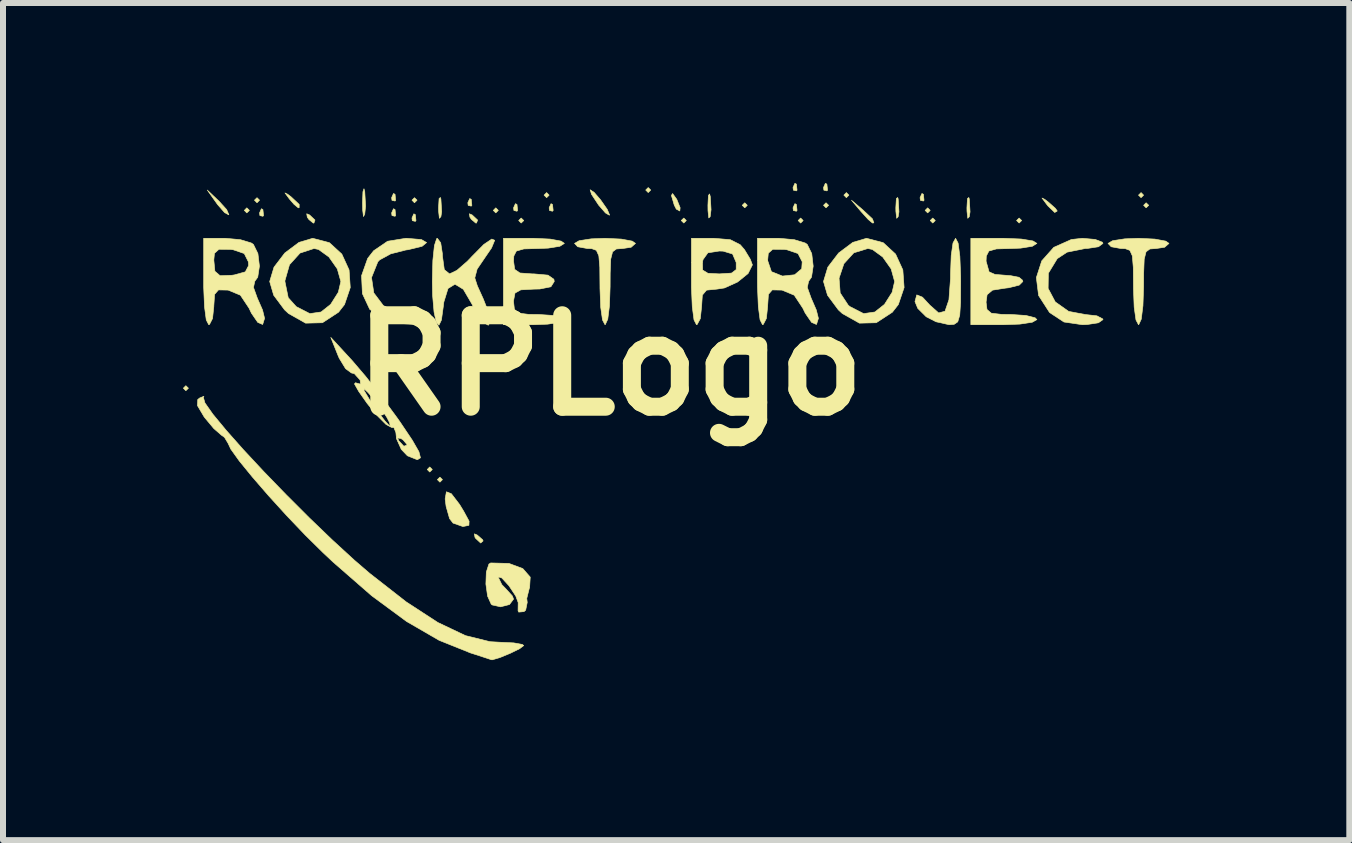
<source format=kicad_pcb>
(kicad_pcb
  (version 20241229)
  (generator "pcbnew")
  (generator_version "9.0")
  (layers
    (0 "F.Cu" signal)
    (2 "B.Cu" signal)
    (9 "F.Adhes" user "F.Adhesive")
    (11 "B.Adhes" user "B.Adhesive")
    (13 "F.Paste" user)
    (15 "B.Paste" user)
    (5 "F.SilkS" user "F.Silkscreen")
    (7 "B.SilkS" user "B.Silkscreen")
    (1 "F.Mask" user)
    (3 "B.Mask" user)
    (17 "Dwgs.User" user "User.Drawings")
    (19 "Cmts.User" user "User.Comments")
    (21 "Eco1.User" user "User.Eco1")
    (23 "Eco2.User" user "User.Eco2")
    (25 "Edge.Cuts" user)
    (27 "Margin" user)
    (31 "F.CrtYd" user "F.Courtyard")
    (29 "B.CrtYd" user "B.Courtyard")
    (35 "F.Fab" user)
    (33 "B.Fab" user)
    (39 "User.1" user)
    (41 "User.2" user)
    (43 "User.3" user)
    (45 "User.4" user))
  (footprint "RPLogo"
    (layer "F.Cu")
    (at 7.117 3.038)
    (property "Reference" "RPLogo" (at 0 0 0) (layer "F.SilkS") (effects (font (size 1.524 1.524) (thickness 0.3))))
    (attr through_hole)
    (fp_poly (pts (xy -7.027 0.381) (xy -7.07 0.423) (xy -7.112 0.381) (xy -7.07 0.339) (xy -7.027 0.381)) (stroke (width 0.01) (type solid)) (fill yes) (layer "F.SilkS"))
    (fp_poly (pts (xy -6.011 -2.582) (xy -6.054 -2.54) (xy -6.096 -2.582) (xy -6.054 -2.625) (xy -6.011 -2.582)) (stroke (width 0.01) (type solid)) (fill yes) (layer "F.SilkS"))
    (fp_poly (pts (xy -5.842 -2.752) (xy -5.884 -2.709) (xy -5.927 -2.752) (xy -5.884 -2.794) (xy -5.842 -2.752)) (stroke (width 0.01) (type solid)) (fill yes) (layer "F.SilkS"))
    (fp_poly (pts (xy -3.217 -2.752) (xy -3.26 -2.709) (xy -3.302 -2.752) (xy -3.26 -2.794) (xy -3.217 -2.752)) (stroke (width 0.01) (type solid)) (fill yes) (layer "F.SilkS"))
    (fp_poly (pts (xy -2.963 1.736) (xy -3.006 1.778) (xy -3.048 1.736) (xy -3.006 1.693) (xy -2.963 1.736)) (stroke (width 0.01) (type solid)) (fill yes) (layer "F.SilkS"))
    (fp_poly (pts (xy -2.794 1.905) (xy -2.836 1.947) (xy -2.879 1.905) (xy -2.836 1.863) (xy -2.794 1.905)) (stroke (width 0.01) (type solid)) (fill yes) (layer "F.SilkS"))
    (fp_poly (pts (xy -1.863 -2.582) (xy -1.905 -2.54) (xy -1.947 -2.582) (xy -1.905 -2.625) (xy -1.863 -2.582)) (stroke (width 0.01) (type solid)) (fill yes) (layer "F.SilkS"))
    (fp_poly (pts (xy -1.439 -2.413) (xy -1.482 -2.371) (xy -1.524 -2.413) (xy -1.482 -2.455) (xy -1.439 -2.413)) (stroke (width 0.01) (type solid)) (fill yes) (layer "F.SilkS"))
    (fp_poly (pts (xy -1.016 -2.836) (xy -1.058 -2.794) (xy -1.101 -2.836) (xy -1.058 -2.879) (xy -1.016 -2.836)) (stroke (width 0.01) (type solid)) (fill yes) (layer "F.SilkS"))
    (fp_poly (pts (xy 0.677 -2.921) (xy 0.635 -2.879) (xy 0.593 -2.921) (xy 0.635 -2.963) (xy 0.677 -2.921)) (stroke (width 0.01) (type solid)) (fill yes) (layer "F.SilkS"))
    (fp_poly (pts (xy 1.27 -2.413) (xy 1.228 -2.371) (xy 1.185 -2.413) (xy 1.228 -2.455) (xy 1.27 -2.413)) (stroke (width 0.01) (type solid)) (fill yes) (layer "F.SilkS"))
    (fp_poly (pts (xy 2.286 -2.667) (xy 2.244 -2.625) (xy 2.201 -2.667) (xy 2.244 -2.709) (xy 2.286 -2.667)) (stroke (width 0.01) (type solid)) (fill yes) (layer "F.SilkS"))
    (fp_poly (pts (xy 3.217 -2.413) (xy 3.175 -2.371) (xy 3.133 -2.413) (xy 3.175 -2.455) (xy 3.217 -2.413)) (stroke (width 0.01) (type solid)) (fill yes) (layer "F.SilkS"))
    (fp_poly (pts (xy 3.641 -2.667) (xy 3.598 -2.625) (xy 3.556 -2.667) (xy 3.598 -2.709) (xy 3.641 -2.667)) (stroke (width 0.01) (type solid)) (fill yes) (layer "F.SilkS"))
    (fp_poly (pts (xy 3.979 -2.836) (xy 3.937 -2.794) (xy 3.895 -2.836) (xy 3.937 -2.879) (xy 3.979 -2.836)) (stroke (width 0.01) (type solid)) (fill yes) (layer "F.SilkS"))
    (fp_poly (pts (xy 5.334 -2.582) (xy 5.292 -2.54) (xy 5.249 -2.582) (xy 5.292 -2.625) (xy 5.334 -2.582)) (stroke (width 0.01) (type solid)) (fill yes) (layer "F.SilkS"))
    (fp_poly (pts (xy 5.419 -2.413) (xy 5.376 -2.371) (xy 5.334 -2.413) (xy 5.376 -2.455) (xy 5.419 -2.413)) (stroke (width 0.01) (type solid)) (fill yes) (layer "F.SilkS"))
    (fp_poly (pts (xy 6.858 -2.413) (xy 6.816 -2.371) (xy 6.773 -2.413) (xy 6.816 -2.455) (xy 6.858 -2.413)) (stroke (width 0.01) (type solid)) (fill yes) (layer "F.SilkS"))
    (fp_poly (pts (xy 8.89 -2.836) (xy 8.848 -2.794) (xy 8.805 -2.836) (xy 8.848 -2.879) (xy 8.89 -2.836)) (stroke (width 0.01) (type solid)) (fill yes) (layer "F.SilkS"))
    (fp_poly (pts (xy 8.975 -2.667) (xy 8.932 -2.625) (xy 8.89 -2.667) (xy 8.932 -2.709) (xy 8.975 -2.667)) (stroke (width 0.01) (type solid)) (fill yes) (layer "F.SilkS"))
    (fp_poly (pts (xy -5.786 -2.596) (xy -5.775 -2.496) (xy -5.786 -2.484) (xy -5.836 -2.495) (xy -5.842 -2.54) (xy -5.811 -2.61) (xy -5.786 -2.596)) (stroke (width 0.01) (type solid)) (fill yes) (layer "F.SilkS"))
    (fp_poly (pts (xy -3.584 -2.85) (xy -3.574 -2.75) (xy -3.584 -2.738) (xy -3.635 -2.749) (xy -3.641 -2.794) (xy -3.61 -2.864) (xy -3.584 -2.85)) (stroke (width 0.01) (type solid)) (fill yes) (layer "F.SilkS"))
    (fp_poly (pts (xy -3.584 -2.596) (xy -3.574 -2.496) (xy -3.584 -2.484) (xy -3.635 -2.495) (xy -3.641 -2.54) (xy -3.61 -2.61) (xy -3.584 -2.596)) (stroke (width 0.01) (type solid)) (fill yes) (layer "F.SilkS"))
    (fp_poly (pts (xy -3.246 -2.512) (xy -3.235 -2.411) (xy -3.246 -2.399) (xy -3.296 -2.411) (xy -3.302 -2.455) (xy -3.271 -2.525) (xy -3.246 -2.512)) (stroke (width 0.01) (type solid)) (fill yes) (layer "F.SilkS"))
    (fp_poly (pts (xy -2.314 -2.766) (xy -2.304 -2.665) (xy -2.314 -2.653) (xy -2.365 -2.665) (xy -2.371 -2.709) (xy -2.34 -2.779) (xy -2.314 -2.766)) (stroke (width 0.01) (type solid)) (fill yes) (layer "F.SilkS"))
    (fp_poly (pts (xy -1.552 -2.681) (xy -1.542 -2.581) (xy -1.552 -2.568) (xy -1.603 -2.58) (xy -1.609 -2.625) (xy -1.578 -2.694) (xy -1.552 -2.681)) (stroke (width 0.01) (type solid)) (fill yes) (layer "F.SilkS"))
    (fp_poly (pts (xy -0.96 -2.681) (xy -0.949 -2.581) (xy -0.96 -2.568) (xy -1.01 -2.58) (xy -1.016 -2.625) (xy -0.985 -2.694) (xy -0.96 -2.681)) (stroke (width 0.01) (type solid)) (fill yes) (layer "F.SilkS"))
    (fp_poly (pts (xy 3.104 -3.02) (xy 3.115 -2.919) (xy 3.104 -2.907) (xy 3.054 -2.919) (xy 3.048 -2.963) (xy 3.079 -3.033) (xy 3.104 -3.02)) (stroke (width 0.01) (type solid)) (fill yes) (layer "F.SilkS"))
    (fp_poly (pts (xy 3.104 -2.681) (xy 3.115 -2.581) (xy 3.104 -2.568) (xy 3.054 -2.58) (xy 3.048 -2.625) (xy 3.079 -2.694) (xy 3.104 -2.681)) (stroke (width 0.01) (type solid)) (fill yes) (layer "F.SilkS"))
    (fp_poly (pts (xy 3.612 -3.02) (xy 3.623 -2.919) (xy 3.612 -2.907) (xy 3.562 -2.919) (xy 3.556 -2.963) (xy 3.587 -3.033) (xy 3.612 -3.02)) (stroke (width 0.01) (type solid)) (fill yes) (layer "F.SilkS"))
    (fp_poly (pts (xy 5.221 -2.85) (xy 5.231 -2.75) (xy 5.221 -2.738) (xy 5.171 -2.749) (xy 5.165 -2.794) (xy 5.196 -2.864) (xy 5.221 -2.85)) (stroke (width 0.01) (type solid)) (fill yes) (layer "F.SilkS"))
    (fp_poly (pts (xy -5.008 -2.506) (xy -4.918 -2.421) (xy -4.936 -2.371) (xy -4.948 -2.371) (xy -5.02 -2.431) (xy -5.046 -2.468) (xy -5.056 -2.526) (xy -5.008 -2.506)) (stroke (width 0.01) (type solid)) (fill yes) (layer "F.SilkS"))
    (fp_poly (pts (xy -2.299 -2.506) (xy -2.208 -2.421) (xy -2.227 -2.371) (xy -2.239 -2.371) (xy -2.31 -2.431) (xy -2.336 -2.468) (xy -2.346 -2.526) (xy -2.299 -2.506)) (stroke (width 0.01) (type solid)) (fill yes) (layer "F.SilkS"))
    (fp_poly (pts (xy -2.214 2.828) (xy -2.124 2.907) (xy -2.117 2.926) (xy -2.157 2.961) (xy -2.241 2.883) (xy -2.252 2.866) (xy -2.262 2.808) (xy -2.214 2.828)) (stroke (width 0.01) (type solid)) (fill yes) (layer "F.SilkS"))
    (fp_poly (pts (xy 1.111 -2.766) (xy 1.167 -2.626) (xy 1.161 -2.572) (xy 1.103 -2.603) (xy 1.069 -2.67) (xy 1.021 -2.831) (xy 1.041 -2.863) (xy 1.111 -2.766)) (stroke (width 0.01) (type solid)) (fill yes) (layer "F.SilkS"))
    (fp_poly (pts (xy 4.212 -2.59) (xy 4.372 -2.44) (xy 4.395 -2.375) (xy 4.373 -2.371) (xy 4.304 -2.428) (xy 4.183 -2.561) (xy 4.022 -2.752) (xy 4.212 -2.59)) (stroke (width 0.01) (type solid)) (fill yes) (layer "F.SilkS"))
    (fp_poly (pts (xy -6.515 -2.733) (xy -6.39 -2.595) (xy -6.353 -2.511) (xy -6.355 -2.508) (xy -6.423 -2.544) (xy -6.54 -2.678) (xy -6.553 -2.696) (xy -6.713 -2.921) (xy -6.515 -2.733)) (stroke (width 0.01) (type solid)) (fill yes) (layer "F.SilkS"))
    (fp_poly (pts (xy -5.374 -2.852) (xy -5.313 -2.805) (xy -5.181 -2.681) (xy -5.182 -2.626) (xy -5.197 -2.625) (xy -5.267 -2.683) (xy -5.345 -2.773) (xy -5.418 -2.873) (xy -5.374 -2.852)) (stroke (width 0.01) (type solid)) (fill yes) (layer "F.SilkS"))
    (fp_poly (pts (xy -4.089 -2.9) (xy -4.075 -2.653) (xy -4.089 -2.519) (xy -4.11 -2.479) (xy -4.123 -2.585) (xy -4.126 -2.709) (xy -4.119 -2.892) (xy -4.102 -2.943) (xy -4.089 -2.9)) (stroke (width 0.01) (type solid)) (fill yes) (layer "F.SilkS"))
    (fp_poly (pts (xy -2.82 -2.773) (xy -2.807 -2.558) (xy -2.82 -2.477) (xy -2.845 -2.45) (xy -2.858 -2.567) (xy -2.859 -2.625) (xy -2.85 -2.779) (xy -2.828 -2.797) (xy -2.82 -2.773)) (stroke (width 0.01) (type solid)) (fill yes) (layer "F.SilkS"))
    (fp_poly (pts (xy 1.669 -2.814) (xy 1.682 -2.594) (xy 1.667 -2.476) (xy 1.644 -2.456) (xy 1.631 -2.577) (xy 1.63 -2.667) (xy 1.638 -2.831) (xy 1.657 -2.856) (xy 1.669 -2.814)) (stroke (width 0.01) (type solid)) (fill yes) (layer "F.SilkS"))
    (fp_poly (pts (xy 4.8 -2.773) (xy 4.813 -2.558) (xy 4.8 -2.477) (xy 4.775 -2.45) (xy 4.762 -2.567) (xy 4.761 -2.625) (xy 4.77 -2.779) (xy 4.792 -2.797) (xy 4.8 -2.773)) (stroke (width 0.01) (type solid)) (fill yes) (layer "F.SilkS"))
    (fp_poly (pts (xy 5.985 -2.773) (xy 5.998 -2.558) (xy 5.985 -2.477) (xy 5.96 -2.45) (xy 5.947 -2.567) (xy 5.946 -2.625) (xy 5.955 -2.779) (xy 5.977 -2.797) (xy 5.985 -2.773)) (stroke (width 0.01) (type solid)) (fill yes) (layer "F.SilkS"))
    (fp_poly (pts (xy 7.241 -2.767) (xy 7.303 -2.72) (xy 7.42 -2.616) (xy 7.451 -2.572) (xy 7.409 -2.547) (xy 7.297 -2.655) (xy 7.271 -2.688) (xy 7.197 -2.788) (xy 7.241 -2.767)) (stroke (width 0.01) (type solid)) (fill yes) (layer "F.SilkS"))
    (fp_poly (pts (xy -0.266 -2.882) (xy -0.16 -2.759) (xy -0.048 -2.599) (xy -0.009 -2.506) (xy -0.012 -2.502) (xy -0.077 -2.539) (xy -0.191 -2.67) (xy -0.31 -2.85) (xy -0.333 -2.926) (xy -0.266 -2.882)) (stroke (width 0.01) (type solid)) (fill yes) (layer "F.SilkS"))
    (fp_poly (pts (xy -2.646 2.139) (xy -2.508 2.319) (xy -2.44 2.431) (xy -2.35 2.597) (xy -2.353 2.666) (xy -2.451 2.686) (xy -2.454 2.686) (xy -2.617 2.629) (xy -2.675 2.555) (xy -2.733 2.351) (xy -2.749 2.226) (xy -2.728 2.107) (xy -2.646 2.139)) (stroke (width 0.01) (type solid)) (fill yes) (layer "F.SilkS"))
    (fp_poly (pts (xy 5.799 -2.037) (xy 5.828 -1.818) (xy 5.841 -1.49) (xy 5.842 -1.397) (xy 5.84 -1.048) (xy 5.826 -0.835) (xy 5.793 -0.725) (xy 5.732 -0.683) (xy 5.649 -0.677) (xy 5.431 -0.726) (xy 5.268 -0.809) (xy 5.127 -0.949) (xy 5.08 -1.063) (xy 5.11 -1.174) (xy 5.205 -1.136) (xy 5.328 -1.003) (xy 5.475 -0.873) (xy 5.581 -0.902) (xy 5.646 -1.092) (xy 5.672 -1.444) (xy 5.673 -1.529) (xy 5.684 -1.831) (xy 5.714 -2.04) (xy 5.757 -2.117) (xy 5.799 -2.037)) (stroke (width 0.01) (type solid)) (fill yes) (layer "F.SilkS"))
    (fp_poly (pts (xy 0.186 -2.104) (xy 0.369 -2.07) (xy 0.423 -2.032) (xy 0.351 -1.968) (xy 0.212 -1.947) (xy 0.104 -1.939) (xy 0.041 -1.892) (xy 0.01 -1.769) (xy 0.001 -1.535) (xy 0 -1.312) (xy -0.011 -0.992) (xy -0.039 -0.769) (xy -0.081 -0.678) (xy -0.085 -0.677) (xy -0.127 -0.756) (xy -0.157 -0.969) (xy -0.169 -1.283) (xy -0.169 -1.312) (xy -0.172 -1.635) (xy -0.188 -1.825) (xy -0.229 -1.916) (xy -0.307 -1.945) (xy -0.381 -1.947) (xy -0.54 -1.976) (xy -0.593 -2.032) (xy -0.516 -2.077) (xy -0.314 -2.108) (xy -0.085 -2.117) (xy 0.186 -2.104)) (stroke (width 0.01) (type solid)) (fill yes) (layer "F.SilkS"))
    (fp_poly (pts (xy 8.084 -2.098) (xy 8.203 -2.052) (xy 8.213 -2.032) (xy 8.138 -1.976) (xy 7.955 -1.948) (xy 7.916 -1.947) (xy 7.615 -1.886) (xy 7.451 -1.778) (xy 7.303 -1.535) (xy 7.299 -1.282) (xy 7.418 -1.057) (xy 7.641 -0.899) (xy 7.916 -0.847) (xy 8.112 -0.825) (xy 8.21 -0.773) (xy 8.213 -0.762) (xy 8.137 -0.709) (xy 7.949 -0.68) (xy 7.87 -0.677) (xy 7.563 -0.722) (xy 7.329 -0.876) (xy 7.32 -0.885) (xy 7.14 -1.164) (xy 7.103 -1.462) (xy 7.193 -1.741) (xy 7.393 -1.966) (xy 7.686 -2.097) (xy 7.87 -2.117) (xy 8.084 -2.098)) (stroke (width 0.01) (type solid)) (fill yes) (layer "F.SilkS"))
    (fp_poly (pts (xy 9.076 -2.104) (xy 9.259 -2.07) (xy 9.313 -2.032) (xy 9.241 -1.968) (xy 9.102 -1.947) (xy 8.994 -1.939) (xy 8.931 -1.892) (xy 8.9 -1.769) (xy 8.891 -1.535) (xy 8.89 -1.312) (xy 8.879 -0.992) (xy 8.851 -0.769) (xy 8.809 -0.678) (xy 8.805 -0.677) (xy 8.763 -0.756) (xy 8.733 -0.969) (xy 8.721 -1.283) (xy 8.721 -1.312) (xy 8.718 -1.635) (xy 8.702 -1.825) (xy 8.661 -1.916) (xy 8.583 -1.945) (xy 8.509 -1.947) (xy 8.35 -1.976) (xy 8.297 -2.032) (xy 8.374 -2.077) (xy 8.576 -2.108) (xy 8.805 -2.117) (xy 9.076 -2.104)) (stroke (width 0.01) (type solid)) (fill yes) (layer "F.SilkS"))
    (fp_poly (pts (xy -3.144 -2.096) (xy -3.058 -2.046) (xy -3.133 -1.984) (xy -3.366 -1.927) (xy -3.405 -1.922) (xy -3.656 -1.858) (xy -3.841 -1.757) (xy -3.871 -1.725) (xy -3.976 -1.463) (xy -3.938 -1.207) (xy -3.779 -0.996) (xy -3.523 -0.868) (xy -3.344 -0.847) (xy -3.148 -0.825) (xy -3.051 -0.773) (xy -3.048 -0.762) (xy -3.121 -0.706) (xy -3.301 -0.685) (xy -3.531 -0.7) (xy -3.751 -0.751) (xy -3.783 -0.763) (xy -4.006 -0.934) (xy -4.128 -1.195) (xy -4.142 -1.494) (xy -4.04 -1.782) (xy -3.941 -1.909) (xy -3.708 -2.068) (xy -3.405 -2.117) (xy -3.391 -2.117) (xy -3.144 -2.096)) (stroke (width 0.01) (type solid)) (fill yes) (layer "F.SilkS"))
    (fp_poly (pts (xy -1.685 3.301) (xy -1.455 3.387) (xy -1.331 3.529) (xy -1.342 3.707) (xy -1.347 3.716) (xy -1.389 3.884) (xy -1.381 3.95) (xy -1.407 4.079) (xy -1.435 4.104) (xy -1.523 4.112) (xy -1.534 4.09) (xy -1.532 3.953) (xy -1.572 3.845) (xy -1.683 3.677) (xy -1.692 3.666) (xy -1.805 3.543) (xy -1.861 3.526) (xy -1.863 3.534) (xy -1.804 3.655) (xy -1.736 3.725) (xy -1.629 3.843) (xy -1.609 3.896) (xy -1.677 3.986) (xy -1.825 4.024) (xy -1.965 3.993) (xy -1.982 3.979) (xy -2.042 3.846) (xy -2.07 3.645) (xy -2.063 3.445) (xy -2.02 3.312) (xy -1.99 3.293) (xy -1.685 3.301)) (stroke (width 0.01) (type solid)) (fill yes) (layer "F.SilkS"))
    (fp_poly (pts (xy -4.678 -2.044) (xy -4.471 -1.854) (xy -4.35 -1.59) (xy -4.33 -1.296) (xy -4.426 -1.013) (xy -4.526 -0.885) (xy -4.794 -0.71) (xy -5.074 -0.703) (xy -5.358 -0.863) (xy -5.425 -0.925) (xy -5.606 -1.168) (xy -5.673 -1.397) (xy -5.419 -1.397) (xy -5.364 -1.127) (xy -5.23 -0.978) (xy -5.004 -0.862) (xy -4.817 -0.889) (xy -4.657 -1.016) (xy -4.529 -1.218) (xy -4.487 -1.397) (xy -4.546 -1.607) (xy -4.686 -1.806) (xy -4.859 -1.931) (xy -4.934 -1.947) (xy -5.167 -1.871) (xy -5.343 -1.677) (xy -5.418 -1.415) (xy -5.419 -1.397) (xy -5.673 -1.397) (xy -5.601 -1.636) (xy -5.421 -1.872) (xy -5.185 -2.049) (xy -4.956 -2.117) (xy -4.678 -2.044)) (stroke (width 0.01) (type solid)) (fill yes) (layer "F.SilkS"))
    (fp_poly (pts (xy 4.551 -2.044) (xy 4.757 -1.854) (xy 4.878 -1.59) (xy 4.899 -1.296) (xy 4.803 -1.013) (xy 4.703 -0.885) (xy 4.435 -0.71) (xy 4.155 -0.703) (xy 3.87 -0.863) (xy 3.803 -0.925) (xy 3.623 -1.168) (xy 3.556 -1.397) (xy 3.573 -1.453) (xy 3.815 -1.453) (xy 3.834 -1.206) (xy 3.969 -1.001) (xy 3.998 -0.978) (xy 4.225 -0.862) (xy 4.412 -0.889) (xy 4.572 -1.016) (xy 4.7 -1.218) (xy 4.741 -1.397) (xy 4.683 -1.607) (xy 4.542 -1.806) (xy 4.37 -1.931) (xy 4.295 -1.947) (xy 4.061 -1.875) (xy 3.896 -1.694) (xy 3.815 -1.453) (xy 3.573 -1.453) (xy 3.628 -1.636) (xy 3.808 -1.872) (xy 4.044 -2.049) (xy 4.273 -2.117) (xy 4.551 -2.044)) (stroke (width 0.01) (type solid)) (fill yes) (layer "F.SilkS"))
    (fp_poly (pts (xy 6.849 -2.105) (xy 7.046 -2.073) (xy 7.112 -2.032) (xy 7.036 -1.984) (xy 6.841 -1.953) (xy 6.689 -1.947) (xy 6.437 -1.94) (xy 6.312 -1.905) (xy 6.269 -1.821) (xy 6.265 -1.736) (xy 6.315 -1.558) (xy 6.413 -1.515) (xy 6.676 -1.494) (xy 6.814 -1.467) (xy 6.87 -1.421) (xy 6.878 -1.397) (xy 6.818 -1.337) (xy 6.643 -1.293) (xy 6.583 -1.286) (xy 6.372 -1.253) (xy 6.282 -1.177) (xy 6.265 -1.053) (xy 6.28 -0.931) (xy 6.352 -0.869) (xy 6.525 -0.849) (xy 6.689 -0.847) (xy 6.93 -0.831) (xy 7.083 -0.792) (xy 7.112 -0.762) (xy 7.034 -0.718) (xy 6.828 -0.687) (xy 6.562 -0.677) (xy 6.011 -0.677) (xy 6.011 -2.117) (xy 6.562 -2.117) (xy 6.849 -2.105)) (stroke (width 0.01) (type solid)) (fill yes) (layer "F.SilkS"))
    (fp_poly (pts (xy 2.002 -2.094) (xy 2.168 -2.01) (xy 2.239 -1.928) (xy 2.337 -1.766) (xy 2.371 -1.674) (xy 2.299 -1.53) (xy 2.123 -1.388) (xy 1.907 -1.29) (xy 1.778 -1.27) (xy 1.607 -1.253) (xy 1.537 -1.17) (xy 1.524 -0.974) (xy 1.503 -0.778) (xy 1.45 -0.68) (xy 1.439 -0.677) (xy 1.398 -0.757) (xy 1.369 -0.976) (xy 1.355 -1.304) (xy 1.355 -1.397) (xy 1.355 -1.714) (xy 1.539 -1.714) (xy 1.542 -1.588) (xy 1.63 -1.534) (xy 1.82 -1.524) (xy 2.023 -1.537) (xy 2.101 -1.596) (xy 2.101 -1.714) (xy 2.041 -1.855) (xy 1.884 -1.903) (xy 1.82 -1.905) (xy 1.629 -1.875) (xy 1.548 -1.762) (xy 1.539 -1.714) (xy 1.355 -1.714) (xy 1.355 -2.117) (xy 1.731 -2.117) (xy 2.002 -2.094)) (stroke (width 0.01) (type solid)) (fill yes) (layer "F.SilkS"))
    (fp_poly (pts (xy -0.999 -2.104) (xy -0.816 -2.07) (xy -0.762 -2.032) (xy -0.838 -1.984) (xy -1.033 -1.953) (xy -1.185 -1.947) (xy -1.437 -1.94) (xy -1.562 -1.905) (xy -1.605 -1.821) (xy -1.609 -1.736) (xy -1.59 -1.599) (xy -1.503 -1.539) (xy -1.299 -1.524) (xy -1.27 -1.524) (xy -1.035 -1.503) (xy -0.937 -1.434) (xy -0.931 -1.397) (xy -0.987 -1.309) (xy -1.173 -1.272) (xy -1.27 -1.27) (xy -1.488 -1.258) (xy -1.585 -1.204) (xy -1.609 -1.077) (xy -1.609 -1.058) (xy -1.595 -0.933) (xy -1.525 -0.87) (xy -1.355 -0.849) (xy -1.185 -0.847) (xy -0.944 -0.831) (xy -0.791 -0.792) (xy -0.762 -0.762) (xy -0.839 -0.717) (xy -1.041 -0.686) (xy -1.27 -0.677) (xy -1.778 -0.677) (xy -1.778 -2.117) (xy -1.27 -2.117) (xy -0.999 -2.104)) (stroke (width 0.01) (type solid)) (fill yes) (layer "F.SilkS"))
    (fp_poly (pts (xy -2.823 -2.042) (xy -2.795 -1.859) (xy -2.794 -1.82) (xy -2.763 -1.594) (xy -2.676 -1.524) (xy -2.553 -1.583) (xy -2.379 -1.734) (xy -2.297 -1.82) (xy -2.103 -2.016) (xy -1.972 -2.104) (xy -1.923 -2.084) (xy -1.976 -1.956) (xy -2.074 -1.813) (xy -2.216 -1.604) (xy -2.255 -1.457) (xy -2.213 -1.326) (xy -2.112 -1.103) (xy -2.036 -0.91) (xy -1.994 -0.728) (xy -2.03 -0.668) (xy -2.117 -0.719) (xy -2.228 -0.87) (xy -2.304 -1.024) (xy -2.446 -1.267) (xy -2.585 -1.352) (xy -2.701 -1.281) (xy -2.771 -1.054) (xy -2.778 -0.994) (xy -2.811 -0.755) (xy -2.853 -0.668) (xy -2.897 -0.718) (xy -2.934 -0.889) (xy -2.958 -1.165) (xy -2.963 -1.397) (xy -2.954 -1.747) (xy -2.928 -1.996) (xy -2.89 -2.112) (xy -2.879 -2.117) (xy -2.823 -2.042)) (stroke (width 0.01) (type solid)) (fill yes) (layer "F.SilkS"))
    (fp_poly (pts (xy 3.069 -2.094) (xy 3.252 -2.038) (xy 3.285 -2.015) (xy 3.36 -1.862) (xy 3.384 -1.653) (xy 3.356 -1.469) (xy 3.308 -1.401) (xy 3.286 -1.298) (xy 3.35 -1.12) (xy 3.436 -0.922) (xy 3.471 -0.783) (xy 3.439 -0.681) (xy 3.358 -0.715) (xy 3.252 -0.869) (xy 3.211 -0.953) (xy 3.068 -1.169) (xy 2.866 -1.253) (xy 2.857 -1.254) (xy 2.702 -1.257) (xy 2.638 -1.183) (xy 2.625 -0.988) (xy 2.625 -0.979) (xy 2.604 -0.781) (xy 2.552 -0.681) (xy 2.54 -0.677) (xy 2.499 -0.757) (xy 2.47 -0.976) (xy 2.456 -1.304) (xy 2.455 -1.397) (xy 2.455 -1.747) (xy 2.625 -1.747) (xy 2.688 -1.561) (xy 2.871 -1.488) (xy 3.074 -1.509) (xy 3.193 -1.609) (xy 3.201 -1.726) (xy 3.131 -1.863) (xy 2.946 -1.926) (xy 2.9 -1.932) (xy 2.71 -1.934) (xy 2.636 -1.868) (xy 2.625 -1.747) (xy 2.455 -1.747) (xy 2.455 -2.117) (xy 2.819 -2.117) (xy 3.069 -2.094)) (stroke (width 0.01) (type solid)) (fill yes) (layer "F.SilkS"))
    (fp_poly (pts (xy -6.16 -2.094) (xy -5.977 -2.038) (xy -5.944 -2.015) (xy -5.869 -1.862) (xy -5.844 -1.653) (xy -5.872 -1.469) (xy -5.921 -1.401) (xy -5.943 -1.298) (xy -5.879 -1.12) (xy -5.792 -0.922) (xy -5.758 -0.783) (xy -5.79 -0.681) (xy -5.871 -0.715) (xy -5.977 -0.869) (xy -6.017 -0.953) (xy -6.161 -1.169) (xy -6.363 -1.253) (xy -6.371 -1.254) (xy -6.526 -1.257) (xy -6.591 -1.183) (xy -6.604 -0.988) (xy -6.604 -0.979) (xy -6.625 -0.781) (xy -6.676 -0.681) (xy -6.689 -0.677) (xy -6.73 -0.757) (xy -6.759 -0.976) (xy -6.773 -1.304) (xy -6.773 -1.397) (xy -6.773 -1.755) (xy -6.604 -1.755) (xy -6.586 -1.568) (xy -6.5 -1.494) (xy -6.303 -1.501) (xy -6.261 -1.507) (xy -6.079 -1.558) (xy -6.024 -1.663) (xy -6.028 -1.725) (xy -6.097 -1.863) (xy -6.281 -1.926) (xy -6.329 -1.932) (xy -6.518 -1.934) (xy -6.593 -1.867) (xy -6.604 -1.755) (xy -6.773 -1.755) (xy -6.773 -2.117) (xy -6.409 -2.117) (xy -6.16 -2.094)) (stroke (width 0.01) (type solid)) (fill yes) (layer "F.SilkS"))
    (fp_poly (pts (xy -6.778 0.535) (xy -6.752 0.626) (xy -6.62 0.814) (xy -6.4 1.08) (xy -6.112 1.405) (xy -5.772 1.77) (xy -5.399 2.155) (xy -5.012 2.542) (xy -4.627 2.912) (xy -4.263 3.246) (xy -4.006 3.467) (xy -3.398 3.942) (xy -2.871 4.285) (xy -2.41 4.504) (xy -2.001 4.605) (xy -1.842 4.614) (xy -1.607 4.625) (xy -1.462 4.651) (xy -1.44 4.67) (xy -1.508 4.722) (xy -1.665 4.799) (xy -1.84 4.871) (xy -1.964 4.907) (xy -1.981 4.905) (xy -2.059 4.879) (xy -2.243 4.819) (xy -2.328 4.792) (xy -2.85 4.582) (xy -3.392 4.268) (xy -3.975 3.838) (xy -4.618 3.277) (xy -4.785 3.12) (xy -5.08 2.829) (xy -5.389 2.505) (xy -5.69 2.174) (xy -5.961 1.861) (xy -6.179 1.594) (xy -6.321 1.396) (xy -6.366 1.3) (xy -6.426 1.2) (xy -6.478 1.163) (xy -6.605 1.052) (xy -6.757 0.87) (xy -6.77 0.851) (xy -6.877 0.67) (xy -6.872 0.57) (xy -6.838 0.543) (xy -6.769 0.516) (xy -6.778 0.535)) (stroke (width 0.01) (type solid)) (fill yes) (layer "F.SilkS"))
    (fp_poly (pts (xy -4.296 -0.076) (xy -4.074 0.184) (xy -3.809 0.522) (xy -3.551 0.872) (xy -3.501 0.943) (xy -3.296 1.248) (xy -3.186 1.44) (xy -3.16 1.541) (xy -3.21 1.572) (xy -3.216 1.572) (xy -3.378 1.507) (xy -3.48 1.4) (xy -3.559 1.224) (xy -3.561 1.21) (xy -3.542 1.21) (xy -3.522 1.257) (xy -3.437 1.348) (xy -3.387 1.329) (xy -3.387 1.317) (xy -3.447 1.246) (xy -3.484 1.22) (xy -3.542 1.21) (xy -3.561 1.21) (xy -3.57 1.12) (xy -3.603 1.037) (xy -3.639 1.036) (xy -3.734 0.985) (xy -3.889 0.83) (xy -4.046 0.638) (xy -4.189 0.435) (xy -4.215 0.389) (xy -4.101 0.389) (xy -4.1 0.42) (xy -4.098 0.423) (xy -4.005 0.578) (xy -3.877 0.763) (xy -3.753 0.926) (xy -3.672 1.013) (xy -3.664 1.016) (xy -3.675 0.955) (xy -3.72 0.868) (xy -3.81 0.731) (xy -3.925 0.581) (xy -4.032 0.455) (xy -4.101 0.389) (xy -4.215 0.389) (xy -4.26 0.31) (xy -4.244 0.29) (xy -4.159 0.313) (xy -4.166 0.245) (xy -4.263 0.138) (xy -4.311 0.127) (xy -4.408 0.056) (xy -4.515 -0.12) (xy -4.536 -0.169) (xy -4.655 -0.466) (xy -4.296 -0.076)) (stroke (width 0.01) (type solid)) (fill yes) (layer "F.SilkS")))
  (gr_rect
    (start -3 -3)
    (end 19.435 10.95)
    (stroke (width 0.1) (type default))
    (fill no)
    (layer "Edge.Cuts")))
</source>
